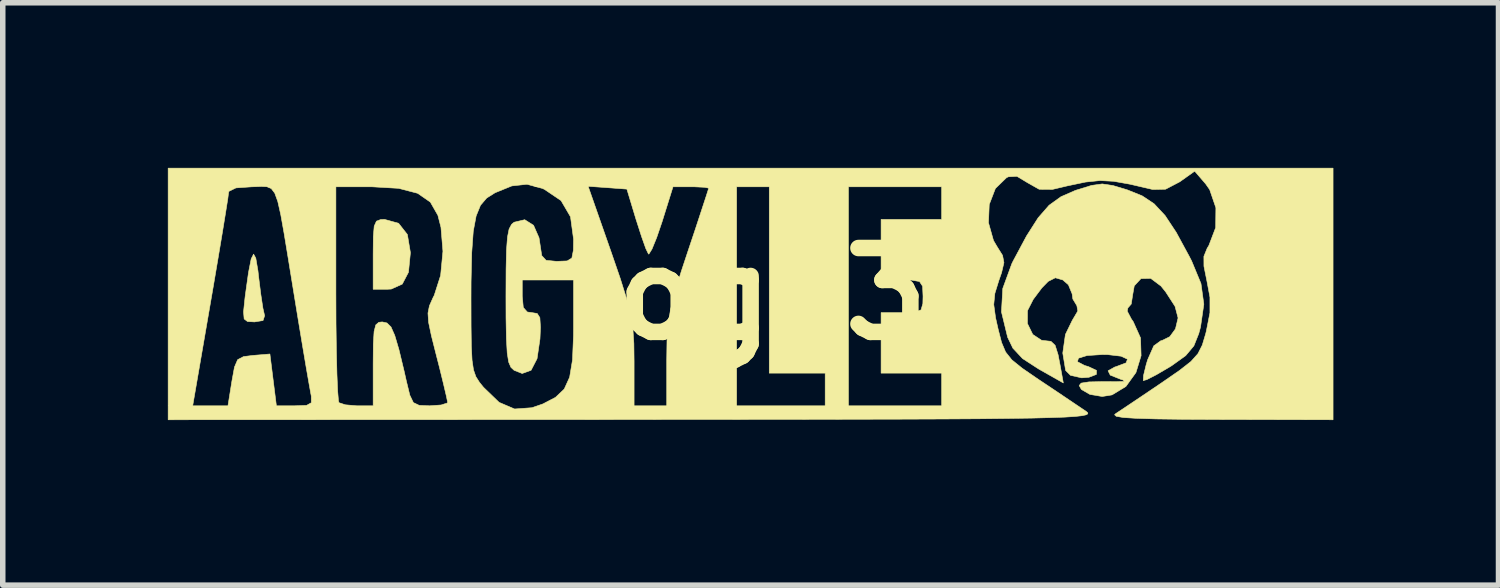
<source format=kicad_pcb>
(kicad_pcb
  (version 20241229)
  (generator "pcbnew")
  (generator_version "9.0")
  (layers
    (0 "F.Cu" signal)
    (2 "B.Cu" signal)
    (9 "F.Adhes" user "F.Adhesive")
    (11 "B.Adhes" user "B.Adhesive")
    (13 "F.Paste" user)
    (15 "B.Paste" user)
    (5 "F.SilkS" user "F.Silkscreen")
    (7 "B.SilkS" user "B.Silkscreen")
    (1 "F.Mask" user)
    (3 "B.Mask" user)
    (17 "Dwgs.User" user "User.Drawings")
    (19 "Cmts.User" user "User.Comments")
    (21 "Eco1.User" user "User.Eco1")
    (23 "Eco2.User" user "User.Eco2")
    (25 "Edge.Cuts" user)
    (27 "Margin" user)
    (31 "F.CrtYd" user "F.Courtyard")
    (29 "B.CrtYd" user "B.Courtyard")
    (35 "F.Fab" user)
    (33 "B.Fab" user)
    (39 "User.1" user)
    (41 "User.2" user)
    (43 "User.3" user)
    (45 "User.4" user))
  (footprint "logo3"
    (layer "F.Cu")
    (at 10.588 2.291)
    (property "Reference" "logo3" (at 0 0 0) (layer "F.SilkS") (effects (font (size 1.524 1.524) (thickness 0.3))))
    (attr through_hole)
    (fp_poly (pts (xy -6.396 -1.284) (xy -6.236 -1.08) (xy -6.181 -0.751) (xy -6.181 -0.75) (xy -6.216 -0.395) (xy -6.329 -0.179) (xy -6.529 -0.089) (xy -6.607 -0.085) (xy -6.858 -0.085) (xy -6.858 -0.72) (xy -6.855 -1.043) (xy -6.839 -1.232) (xy -6.798 -1.323) (xy -6.721 -1.352) (xy -6.652 -1.355) (xy -6.396 -1.284)) (stroke (width 0.01) (type solid)) (fill yes) (layer "F.SilkS"))
    (fp_poly (pts (xy -8.99 -0.65) (xy -8.951 -0.42) (xy -8.938 -0.303) (xy -8.899 0.008) (xy -8.861 0.259) (xy -8.83 0.396) (xy -8.859 0.483) (xy -9.014 0.508) (xy -9.141 0.501) (xy -9.202 0.454) (xy -9.213 0.325) (xy -9.187 0.075) (xy -9.181 0.025) (xy -9.123 -0.389) (xy -9.074 -0.638) (xy -9.03 -0.724) (xy -8.99 -0.65)) (stroke (width 0.01) (type solid)) (fill yes) (layer "F.SilkS"))
    (fp_poly (pts (xy 6.584 -1.97) (xy 6.851 -1.889) (xy 7.114 -1.783) (xy 7.332 -1.638) (xy 7.53 -1.426) (xy 7.734 -1.118) (xy 7.969 -0.685) (xy 8.013 -0.6) (xy 8.183 -0.189) (xy 8.235 0.186) (xy 8.175 0.601) (xy 8.143 0.72) (xy 8.054 0.943) (xy 7.905 1.121) (xy 7.65 1.304) (xy 7.606 1.331) (xy 7.37 1.469) (xy 7.198 1.557) (xy 7.134 1.574) (xy 7.139 1.483) (xy 7.186 1.29) (xy 7.214 1.196) (xy 7.326 0.942) (xy 7.457 0.848) (xy 7.473 0.847) (xy 7.616 0.777) (xy 7.72 0.634) (xy 7.767 0.436) (xy 7.712 0.226) (xy 7.542 -0.037) (xy 7.457 -0.143) (xy 7.27 -0.283) (xy 7.093 -0.279) (xy 6.971 -0.147) (xy 6.943 0.01) (xy 6.916 0.184) (xy 6.855 0.254) (xy 6.843 0.312) (xy 6.919 0.456) (xy 6.952 0.503) (xy 7.085 0.799) (xy 7.095 1.122) (xy 7.001 1.429) (xy 6.819 1.681) (xy 6.567 1.834) (xy 6.388 1.863) (xy 6.165 1.825) (xy 6.011 1.736) (xy 5.97 1.664) (xy 6.006 1.62) (xy 6.147 1.598) (xy 6.416 1.592) (xy 6.646 1.594) (xy 6.79 1.588) (xy 6.766 1.563) (xy 6.731 1.553) (xy 6.535 1.475) (xy 6.495 1.396) (xy 6.618 1.327) (xy 6.64 1.321) (xy 6.822 1.252) (xy 6.848 1.185) (xy 6.732 1.131) (xy 6.487 1.102) (xy 6.392 1.101) (xy 6.113 1.119) (xy 5.957 1.167) (xy 5.938 1.231) (xy 6.07 1.3) (xy 6.138 1.32) (xy 6.285 1.389) (xy 6.283 1.462) (xy 6.147 1.514) (xy 6.015 1.524) (xy 5.813 1.479) (xy 5.724 1.39) (xy 5.672 1.074) (xy 5.72 0.736) (xy 5.843 0.483) (xy 5.945 0.31) (xy 5.928 0.213) (xy 5.855 0.092) (xy 5.842 -0.002) (xy 5.774 -0.167) (xy 5.672 -0.255) (xy 5.537 -0.294) (xy 5.408 -0.229) (xy 5.291 -0.109) (xy 5.135 0.099) (xy 5.036 0.293) (xy 5.031 0.31) (xy 5.03 0.538) (xy 5.127 0.736) (xy 5.287 0.842) (xy 5.332 0.847) (xy 5.457 0.861) (xy 5.533 0.933) (xy 5.587 1.104) (xy 5.624 1.296) (xy 5.682 1.617) (xy 5.233 1.363) (xy 4.942 1.174) (xy 4.766 0.986) (xy 4.67 0.787) (xy 4.558 0.325) (xy 4.582 -0.1) (xy 4.746 -0.549) (xy 4.769 -0.596) (xy 5.014 -1.054) (xy 5.224 -1.383) (xy 5.423 -1.611) (xy 5.638 -1.766) (xy 5.893 -1.878) (xy 5.925 -1.889) (xy 6.195 -1.972) (xy 6.388 -1.999) (xy 6.584 -1.97)) (stroke (width 0.01) (type solid)) (fill yes) (layer "F.SilkS"))
    (fp_poly (pts (xy 10.583 2.286) (xy 8.53 2.281) (xy 7.873 2.278) (xy 7.371 2.271) (xy 7.009 2.26) (xy 6.771 2.245) (xy 6.644 2.223) (xy 6.613 2.195) (xy 6.633 2.175) (xy 6.769 2.085) (xy 7.006 1.926) (xy 7.303 1.726) (xy 7.476 1.609) (xy 7.794 1.389) (xy 8.001 1.227) (xy 8.128 1.085) (xy 8.207 0.929) (xy 8.269 0.722) (xy 8.28 0.677) (xy 8.346 0.342) (xy 8.346 0.059) (xy 8.292 -0.229) (xy 8.237 -0.504) (xy 8.236 -0.683) (xy 8.295 -0.829) (xy 8.327 -0.882) (xy 8.45 -1.205) (xy 8.454 -1.566) (xy 8.341 -1.896) (xy 8.268 -2) (xy 8.069 -2.231) (xy 7.798 -2.038) (xy 7.54 -1.903) (xy 7.306 -1.898) (xy 7.298 -1.9) (xy 6.894 -1.994) (xy 6.596 -2.047) (xy 6.346 -2.06) (xy 6.085 -2.033) (xy 5.756 -1.964) (xy 5.486 -1.9) (xy 5.243 -1.902) (xy 5.032 -2.021) (xy 4.84 -2.137) (xy 4.684 -2.129) (xy 4.65 -2.113) (xy 4.448 -1.917) (xy 4.336 -1.626) (xy 4.322 -1.294) (xy 4.413 -0.971) (xy 4.482 -0.854) (xy 4.578 -0.701) (xy 4.603 -0.569) (xy 4.56 -0.386) (xy 4.511 -0.246) (xy 4.438 -0.01) (xy 4.418 0.192) (xy 4.451 0.433) (xy 4.497 0.637) (xy 4.56 0.882) (xy 4.633 1.055) (xy 4.746 1.197) (xy 4.934 1.349) (xy 5.228 1.551) (xy 5.251 1.566) (xy 5.564 1.775) (xy 5.846 1.965) (xy 6.051 2.103) (xy 6.096 2.133) (xy 6.124 2.157) (xy 6.127 2.178) (xy 6.097 2.196) (xy 6.023 2.212) (xy 5.896 2.226) (xy 5.707 2.238) (xy 5.446 2.247) (xy 5.104 2.256) (xy 4.672 2.262) (xy 4.139 2.268) (xy 3.497 2.272) (xy 2.736 2.275) (xy 1.846 2.277) (xy 0.818 2.279) (xy -0.357 2.28) (xy -1.689 2.281) (xy -2.138 2.282) (xy -10.583 2.286) (xy -10.583 2.032) (xy -10.137 2.032) (xy -9.496 2.032) (xy -9.425 1.587) (xy -9.378 1.329) (xy -9.32 1.194) (xy -9.213 1.138) (xy -9.045 1.117) (xy -8.734 1.091) (xy -8.675 1.562) (xy -8.616 2.032) (xy -8.281 2.032) (xy -8.067 2.024) (xy -7.981 1.976) (xy -7.982 1.856) (xy -7.993 1.799) (xy -8.021 1.643) (xy -8.072 1.351) (xy -8.139 0.954) (xy -8.217 0.484) (xy -8.296 0) (xy -8.397 -0.621) (xy -8.475 -1.095) (xy -8.537 -1.442) (xy -8.591 -1.681) (xy -8.646 -1.832) (xy -8.709 -1.915) (xy -8.785 -1.947) (xy -7.535 -1.947) (xy -7.535 -0.014) (xy -7.533 0.542) (xy -7.526 1.04) (xy -7.516 1.456) (xy -7.503 1.765) (xy -7.488 1.943) (xy -7.479 1.976) (xy -7.363 2.014) (xy -7.157 2.032) (xy -7.14 2.032) (xy -6.858 2.032) (xy -6.858 1.27) (xy -6.855 0.908) (xy -6.841 0.682) (xy -6.81 0.562) (xy -6.755 0.515) (xy -6.693 0.508) (xy -6.607 0.527) (xy -6.534 0.599) (xy -6.466 0.752) (xy -6.39 1.009) (xy -6.296 1.399) (xy -6.255 1.581) (xy -6.192 1.839) (xy -6.127 1.974) (xy -6.021 2.024) (xy -5.836 2.032) (xy -5.829 2.032) (xy -5.622 2.017) (xy -5.511 1.981) (xy -5.505 1.968) (xy -5.526 1.864) (xy -5.58 1.634) (xy -5.657 1.32) (xy -5.708 1.122) (xy -5.8 0.758) (xy -5.851 0.514) (xy -5.862 0.348) (xy -5.836 0.216) (xy -5.774 0.076) (xy -5.773 0.074) (xy -5.08 0.074) (xy -5.079 0.581) (xy -5.074 0.948) (xy -5.061 1.204) (xy -5.035 1.379) (xy -4.992 1.502) (xy -4.928 1.603) (xy -4.854 1.695) (xy -4.569 1.97) (xy -4.288 2.09) (xy -3.973 2.067) (xy -3.776 1.999) (xy -3.545 1.879) (xy -3.386 1.728) (xy -3.288 1.512) (xy -3.236 1.199) (xy -3.218 0.759) (xy -3.217 0.616) (xy -3.217 -0.254) (xy -4.149 -0.254) (xy -4.149 0.042) (xy -4.13 0.246) (xy -4.057 0.328) (xy -3.975 0.339) (xy -3.877 0.355) (xy -3.829 0.431) (xy -3.818 0.606) (xy -3.827 0.817) (xy -3.88 1.176) (xy -3.989 1.387) (xy -4.15 1.445) (xy -4.297 1.387) (xy -4.355 1.333) (xy -4.396 1.237) (xy -4.422 1.073) (xy -4.437 0.813) (xy -4.444 0.432) (xy -4.445 0.042) (xy -4.443 -0.45) (xy -4.435 -0.8) (xy -4.417 -1.035) (xy -4.388 -1.18) (xy -4.343 -1.264) (xy -4.297 -1.303) (xy -4.104 -1.349) (xy -3.944 -1.248) (xy -3.844 -1.02) (xy -3.826 -0.902) (xy -3.795 -0.697) (xy -3.716 -0.611) (xy -3.535 -0.593) (xy -3.509 -0.593) (xy -3.333 -0.6) (xy -3.248 -0.652) (xy -3.22 -0.794) (xy -3.217 -0.997) (xy -3.272 -1.402) (xy -3.444 -1.696) (xy -3.747 -1.901) (xy -3.785 -1.918) (xy -3.928 -1.956) (xy -2.952 -1.956) (xy -2.534 -0.762) (xy -2.369 -0.283) (xy -2.255 0.08) (xy -2.181 0.37) (xy -2.139 0.629) (xy -2.121 0.9) (xy -2.117 1.226) (xy -2.117 2.032) (xy -1.524 2.032) (xy -1.524 1.203) (xy -1.519 0.852) (xy -1.5 0.562) (xy -1.456 0.287) (xy -1.38 -0.02) (xy -1.261 -0.406) (xy -1.143 -0.762) (xy -1.006 -1.171) (xy -0.892 -1.518) (xy -0.808 -1.774) (xy -0.765 -1.909) (xy -0.762 -1.923) (xy -0.837 -1.938) (xy -1.023 -1.947) (xy -1.086 -1.947) (xy -0.254 -1.947) (xy -0.254 2.032) (xy 1.355 2.032) (xy 1.355 1.439) (xy 0.339 1.439) (xy 0.339 -1.947) (xy 1.778 -1.947) (xy 1.778 2.032) (xy 3.471 2.032) (xy 3.471 1.439) (xy 2.371 1.439) (xy 2.371 0.339) (xy 2.752 0.339) (xy 2.986 0.332) (xy 3.097 0.289) (xy 3.13 0.174) (xy 3.133 0.042) (xy 3.125 -0.14) (xy 3.069 -0.226) (xy 2.921 -0.252) (xy 2.752 -0.254) (xy 2.371 -0.254) (xy 2.371 -1.355) (xy 3.471 -1.355) (xy 3.471 -1.947) (xy 1.778 -1.947) (xy 0.339 -1.947) (xy -0.254 -1.947) (xy -1.086 -1.947) (xy -1.41 -1.947) (xy -1.608 -1.313) (xy -1.707 -1.023) (xy -1.792 -0.815) (xy -1.848 -0.725) (xy -1.856 -0.726) (xy -1.904 -0.825) (xy -1.981 -1.042) (xy -2.073 -1.328) (xy -2.077 -1.339) (xy -2.248 -1.905) (xy -2.6 -1.931) (xy -2.952 -1.956) (xy -3.928 -1.956) (xy -4.062 -1.993) (xy -4.338 -1.963) (xy -4.643 -1.839) (xy -4.795 -1.743) (xy -4.908 -1.611) (xy -4.987 -1.417) (xy -5.039 -1.139) (xy -5.067 -0.751) (xy -5.079 -0.23) (xy -5.08 0.074) (xy -5.773 0.074) (xy -5.748 0.025) (xy -5.632 -0.337) (xy -5.59 -0.775) (xy -5.626 -1.211) (xy -5.682 -1.429) (xy -5.819 -1.669) (xy -6.05 -1.829) (xy -6.395 -1.919) (xy -6.879 -1.947) (xy -6.896 -1.947) (xy -7.535 -1.947) (xy -8.785 -1.947) (xy -8.787 -1.948) (xy -8.888 -1.953) (xy -9.02 -1.948) (xy -9.061 -1.947) (xy -9.351 -1.927) (xy -9.478 -1.865) (xy -9.485 -1.841) (xy -9.499 -1.73) (xy -9.539 -1.478) (xy -9.599 -1.109) (xy -9.676 -0.649) (xy -9.765 -0.124) (xy -9.812 0.148) (xy -10.137 2.032) (xy -10.583 2.032) (xy -10.583 -2.286) (xy 10.583 -2.286) (xy 10.583 2.286)) (stroke (width 0.01) (type solid)) (fill yes) (layer "F.SilkS")))
  (gr_rect
    (start -3 -3)
    (end 24.177 7.582)
    (stroke (width 0.1) (type default))
    (fill no)
    (layer "Edge.Cuts")))
</source>
